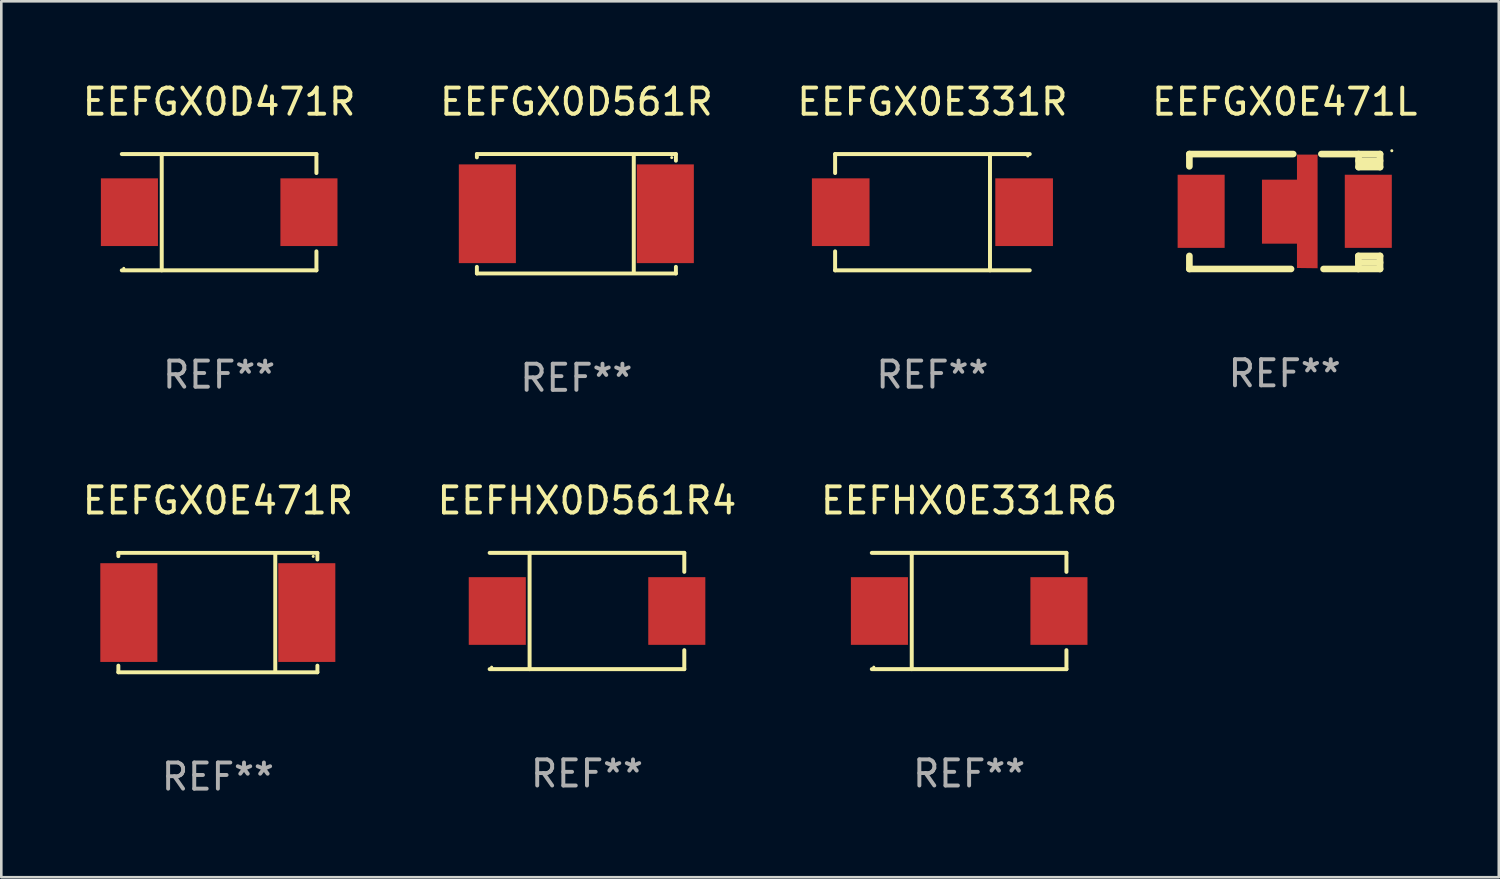
<source format=kicad_pcb>
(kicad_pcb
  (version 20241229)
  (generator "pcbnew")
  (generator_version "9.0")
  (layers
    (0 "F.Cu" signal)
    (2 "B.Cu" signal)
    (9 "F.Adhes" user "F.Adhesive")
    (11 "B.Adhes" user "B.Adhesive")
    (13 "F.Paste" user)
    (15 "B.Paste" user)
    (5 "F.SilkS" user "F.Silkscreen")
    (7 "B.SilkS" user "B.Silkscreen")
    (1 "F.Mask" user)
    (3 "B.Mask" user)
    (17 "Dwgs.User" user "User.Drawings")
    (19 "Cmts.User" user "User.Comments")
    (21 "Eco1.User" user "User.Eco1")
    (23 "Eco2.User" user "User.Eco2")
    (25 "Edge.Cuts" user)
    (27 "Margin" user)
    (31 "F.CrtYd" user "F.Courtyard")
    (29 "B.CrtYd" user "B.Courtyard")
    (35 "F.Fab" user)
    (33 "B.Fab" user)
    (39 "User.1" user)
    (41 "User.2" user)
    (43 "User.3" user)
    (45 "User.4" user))
  (footprint "EEFHX0E331R6"
    (layer "F.Cu")
    (at 34.054 20.343)
    (property "Reference" "EEFHX0E331R6" (at 0 -4.226 0) (layer "F.SilkS") (effects (font (size 1 1) (thickness 0.15))))
    (attr through_hole)
    (fp_line (start -3.726 -2.226) (end 3.726 -2.226) (stroke (width 0.152) (type solid)) (layer "F.SilkS"))
    (fp_line (start -3.726 2.226) (end 3.726 2.226) (stroke (width 0.152) (type solid)) (layer "F.SilkS"))
    (fp_line (start -2.197 -2.226) (end -2.197 2.226) (stroke (width 0.152) (type solid)) (layer "F.SilkS"))
    (fp_line (start 3.726 -2.226) (end 3.726 -1.499) (stroke (width 0.152) (type solid)) (layer "F.SilkS"))
    (fp_line (start 3.726 2.226) (end 3.726 1.499) (stroke (width 0.152) (type solid)) (layer "F.SilkS"))
    (fp_circle (center -3.65 2.15) (end -3.62 2.15) (stroke (width 0.06) (type solid)) (fill no) (layer "F.SilkS"))
    (fp_text user "REF**" (at 0 6.226 0) (layer "F.Fab") (effects (font (size 1 1) (thickness 0.15))))
    (pad "1" smd rect (at -3.434 0 180) (size 2.185 2.592) (layers "F.Cu" "F.Mask" "F.Paste"))
    (pad "2" smd rect (at 3.439 0 180) (size 2.185 2.592) (layers "F.Cu" "F.Mask" "F.Paste")))
  (footprint "EEFGX0E471L"
    (layer "F.Cu")
    (at 46.137 5.048)
    (property "Reference" "EEFGX0E471L" (at 0 -4.2 0) (layer "F.SilkS") (effects (font (size 1 1) (thickness 0.15))))
    (attr through_hole)
    (fp_line (start -3.65 -2.2) (end -3.65 -1.73) (stroke (width 0.254) (type solid)) (layer "F.SilkS"))
    (fp_line (start -3.65 -2.2) (end 0.326 -2.2) (stroke (width 0.254) (type solid)) (layer "F.SilkS"))
    (fp_line (start -3.65 2.2) (end -3.65 1.7) (stroke (width 0.254) (type solid)) (layer "F.SilkS"))
    (fp_line (start -3.65 2.2) (end 0.243 2.2) (stroke (width 0.254) (type solid)) (layer "F.SilkS"))
    (fp_line (start 1.403 -2.2) (end 3.65 -2.2) (stroke (width 0.254) (type solid)) (layer "F.SilkS"))
    (fp_line (start 1.487 2.2) (end 3.65 2.2) (stroke (width 0.254) (type solid)) (layer "F.SilkS"))
    (fp_line (start 2.82 1.7) (end 2.82 2.2) (stroke (width 0.254) (type solid)) (layer "F.SilkS"))
    (fp_line (start 2.82 1.954) (end 3.65 1.954) (stroke (width 0.254) (type solid)) (layer "F.SilkS"))
    (fp_line (start 2.828 -2.2) (end 2.828 -1.7) (stroke (width 0.254) (type solid)) (layer "F.SilkS"))
    (fp_line (start 2.828 -1.944) (end 3.65 -1.944) (stroke (width 0.254) (type solid)) (layer "F.SilkS"))
    (fp_line (start 2.828 -1.7) (end 3.65 -1.7) (stroke (width 0.254) (type solid)) (layer "F.SilkS"))
    (fp_line (start 3.65 -2.2) (end 3.65 -1.7) (stroke (width 0.254) (type solid)) (layer "F.SilkS"))
    (fp_line (start 3.65 1.7) (end 2.82 1.7) (stroke (width 0.254) (type solid)) (layer "F.SilkS"))
    (fp_line (start 3.65 2.2) (end 3.65 1.7) (stroke (width 0.254) (type solid)) (layer "F.SilkS"))
    (fp_circle (center 4.1 -2.327) (end 4.13 -2.327) (stroke (width 0.06) (type solid)) (fill no) (layer "F.SilkS"))
    (fp_text user "REF**" (at 0 6.2 0) (layer "F.Fab") (effects (font (size 1 1) (thickness 0.15))))
    (pad "1" smd rect (at 3.2 -0.008) (size 1.8 2.8) (layers "F.Cu" "F.Mask" "F.Paste"))
    (pad "2" smd custom (at 0.194 0.007) (size 2.13 4.35) (layers "F.Cu" "F.Mask" "F.Paste") (options (anchor circle)) (primitives (gr_poly (pts (xy -1.065 -1.225) (xy 0.275 -1.225) (xy 0.275 -2.185) (xy 1.065 -2.185) (xy 1.065 2.165) (xy 0.275 2.155) (xy 0.275 1.225) (xy -1.065 1.225)) (width 0) (fill yes))))
    (pad "3" smd rect (at -3.2 -0.008) (size 1.8 2.8) (layers "F.Cu" "F.Mask" "F.Paste")))
  (footprint "EEFGX0D471R"
    (layer "F.Cu")
    (at 5.339 5.074)
    (property "Reference" "EEFGX0D471R" (at 0 -4.226 0) (layer "F.SilkS") (effects (font (size 1 1) (thickness 0.15))))
    (attr through_hole)
    (fp_line (start -3.726 -2.226) (end 3.726 -2.226) (stroke (width 0.152) (type solid)) (layer "F.SilkS"))
    (fp_line (start -3.726 2.226) (end 3.726 2.226) (stroke (width 0.152) (type solid)) (layer "F.SilkS"))
    (fp_line (start -2.197 -2.226) (end -2.197 2.226) (stroke (width 0.152) (type solid)) (layer "F.SilkS"))
    (fp_line (start 3.726 -2.226) (end 3.726 -1.499) (stroke (width 0.152) (type solid)) (layer "F.SilkS"))
    (fp_line (start 3.726 2.226) (end 3.726 1.499) (stroke (width 0.152) (type solid)) (layer "F.SilkS"))
    (fp_circle (center -3.65 2.15) (end -3.62 2.15) (stroke (width 0.06) (type solid)) (fill no) (layer "F.SilkS"))
    (fp_text user "REF**" (at 0 6.226 0) (layer "F.Fab") (effects (font (size 1 1) (thickness 0.15))))
    (pad "1" smd rect (at -3.434 0 180) (size 2.185 2.592) (layers "F.Cu" "F.Mask" "F.Paste"))
    (pad "2" smd rect (at 3.439 0 180) (size 2.185 2.592) (layers "F.Cu" "F.Mask" "F.Paste")))
  (footprint "EEFHX0D561R4"
    (layer "F.Cu")
    (at 19.423 20.343)
    (property "Reference" "EEFHX0D561R4" (at 0 -4.226 0) (layer "F.SilkS") (effects (font (size 1 1) (thickness 0.15))))
    (attr through_hole)
    (fp_line (start -3.726 -2.226) (end 3.726 -2.226) (stroke (width 0.152) (type solid)) (layer "F.SilkS"))
    (fp_line (start -3.726 2.226) (end 3.726 2.226) (stroke (width 0.152) (type solid)) (layer "F.SilkS"))
    (fp_line (start -2.197 -2.226) (end -2.197 2.226) (stroke (width 0.152) (type solid)) (layer "F.SilkS"))
    (fp_line (start 3.726 -2.226) (end 3.726 -1.499) (stroke (width 0.152) (type solid)) (layer "F.SilkS"))
    (fp_line (start 3.726 2.226) (end 3.726 1.499) (stroke (width 0.152) (type solid)) (layer "F.SilkS"))
    (fp_circle (center -3.65 2.15) (end -3.62 2.15) (stroke (width 0.06) (type solid)) (fill no) (layer "F.SilkS"))
    (fp_text user "REF**" (at 0 6.226 0) (layer "F.Fab") (effects (font (size 1 1) (thickness 0.15))))
    (pad "1" smd rect (at -3.434 0 180) (size 2.185 2.592) (layers "F.Cu" "F.Mask" "F.Paste"))
    (pad "2" smd rect (at 3.439 0 180) (size 2.185 2.592) (layers "F.Cu" "F.Mask" "F.Paste")))
  (footprint "EEFGX0D561R"
    (layer "F.Cu")
    (at 19.018 5.134)
    (property "Reference" "EEFGX0D561R" (at 0 -4.286 0) (layer "F.SilkS") (effects (font (size 1 1) (thickness 0.15))))
    (attr through_hole)
    (fp_line (start -3.81 -2.286) (end -3.81 -2.159) (stroke (width 0.15) (type solid)) (layer "F.SilkS"))
    (fp_line (start -3.81 2.032) (end -3.81 2.286) (stroke (width 0.15) (type solid)) (layer "F.SilkS"))
    (fp_line (start -3.81 2.286) (end 3.81 2.286) (stroke (width 0.15) (type solid)) (layer "F.SilkS"))
    (fp_line (start 2.197 -2.226) (end 2.197 2.226) (stroke (width 0.152) (type solid)) (layer "F.SilkS"))
    (fp_line (start 3.81 -2.286) (end -3.81 -2.286) (stroke (width 0.15) (type solid)) (layer "F.SilkS"))
    (fp_line (start 3.81 -2.032) (end 3.81 -2.286) (stroke (width 0.15) (type solid)) (layer "F.SilkS"))
    (fp_line (start 3.81 2.286) (end 3.81 2.032) (stroke (width 0.15) (type solid)) (layer "F.SilkS"))
    (fp_circle (center 3.65 -2.15) (end 3.68 -2.15) (stroke (width 0.06) (type solid)) (fill no) (layer "F.SilkS"))
    (fp_text user "REF**" (at 0 6.286 0) (layer "F.Fab") (effects (font (size 1 1) (thickness 0.15))))
    (pad "1" smd rect (at 3.404 0 180) (size 2.185 3.78) (layers "F.Cu" "F.Mask" "F.Paste"))
    (pad "2" smd rect (at -3.409 0 180) (size 2.185 3.78) (layers "F.Cu" "F.Mask" "F.Paste")))
  (footprint "EEFGX0E331R"
    (layer "F.Cu")
    (at 32.649 5.074)
    (property "Reference" "EEFGX0E331R" (at 0 -4.226 0) (layer "F.SilkS") (effects (font (size 1 1) (thickness 0.15))))
    (attr through_hole)
    (fp_line (start -3.726 -2.226) (end -3.726 -1.499) (stroke (width 0.152) (type solid)) (layer "F.SilkS"))
    (fp_line (start -3.726 -2.226) (end 3.726 -2.226) (stroke (width 0.152) (type solid)) (layer "F.SilkS"))
    (fp_line (start -3.726 2.226) (end -3.726 1.499) (stroke (width 0.152) (type solid)) (layer "F.SilkS"))
    (fp_line (start -3.726 2.226) (end 3.726 2.226) (stroke (width 0.152) (type solid)) (layer "F.SilkS"))
    (fp_line (start 2.204 -2.226) (end 2.204 2.226) (stroke (width 0.152) (type solid)) (layer "F.SilkS"))
    (fp_circle (center 3.65 -2.15) (end 3.68 -2.15) (stroke (width 0.06) (type solid)) (fill no) (layer "F.SilkS"))
    (fp_text user "REF**" (at 0 6.226 0) (layer "F.Fab") (effects (font (size 1 1) (thickness 0.15))))
    (pad "1" smd rect (at 3.511 0) (size 2.207 2.592) (layers "F.Cu" "F.Mask" "F.Paste"))
    (pad "2" smd rect (at -3.511 0) (size 2.207 2.592) (layers "F.Cu" "F.Mask" "F.Paste")))
  (footprint "EEFGX0E471R"
    (layer "F.Cu")
    (at 5.292 20.403)
    (property "Reference" "EEFGX0E471R" (at 0 -4.286 0) (layer "F.SilkS") (effects (font (size 1 1) (thickness 0.15))))
    (attr through_hole)
    (fp_line (start -3.81 -2.286) (end -3.81 -2.159) (stroke (width 0.15) (type solid)) (layer "F.SilkS"))
    (fp_line (start -3.81 2.032) (end -3.81 2.286) (stroke (width 0.15) (type solid)) (layer "F.SilkS"))
    (fp_line (start -3.81 2.286) (end 3.81 2.286) (stroke (width 0.15) (type solid)) (layer "F.SilkS"))
    (fp_line (start 2.197 -2.226) (end 2.197 2.226) (stroke (width 0.152) (type solid)) (layer "F.SilkS"))
    (fp_line (start 3.81 -2.286) (end -3.81 -2.286) (stroke (width 0.15) (type solid)) (layer "F.SilkS"))
    (fp_line (start 3.81 -2.032) (end 3.81 -2.286) (stroke (width 0.15) (type solid)) (layer "F.SilkS"))
    (fp_line (start 3.81 2.286) (end 3.81 2.032) (stroke (width 0.15) (type solid)) (layer "F.SilkS"))
    (fp_circle (center 3.65 -2.15) (end 3.68 -2.15) (stroke (width 0.06) (type solid)) (fill no) (layer "F.SilkS"))
    (fp_text user "REF**" (at 0 6.286 0) (layer "F.Fab") (effects (font (size 1 1) (thickness 0.15))))
    (pad "1" smd rect (at 3.404 0 180) (size 2.185 3.78) (layers "F.Cu" "F.Mask" "F.Paste"))
    (pad "2" smd rect (at -3.409 0 180) (size 2.185 3.78) (layers "F.Cu" "F.Mask" "F.Paste")))
  (gr_rect
    (start -3 -3)
    (end 54.333 30.537)
    (stroke (width 0.1) (type default))
    (fill no)
    (layer "Edge.Cuts")))
</source>
